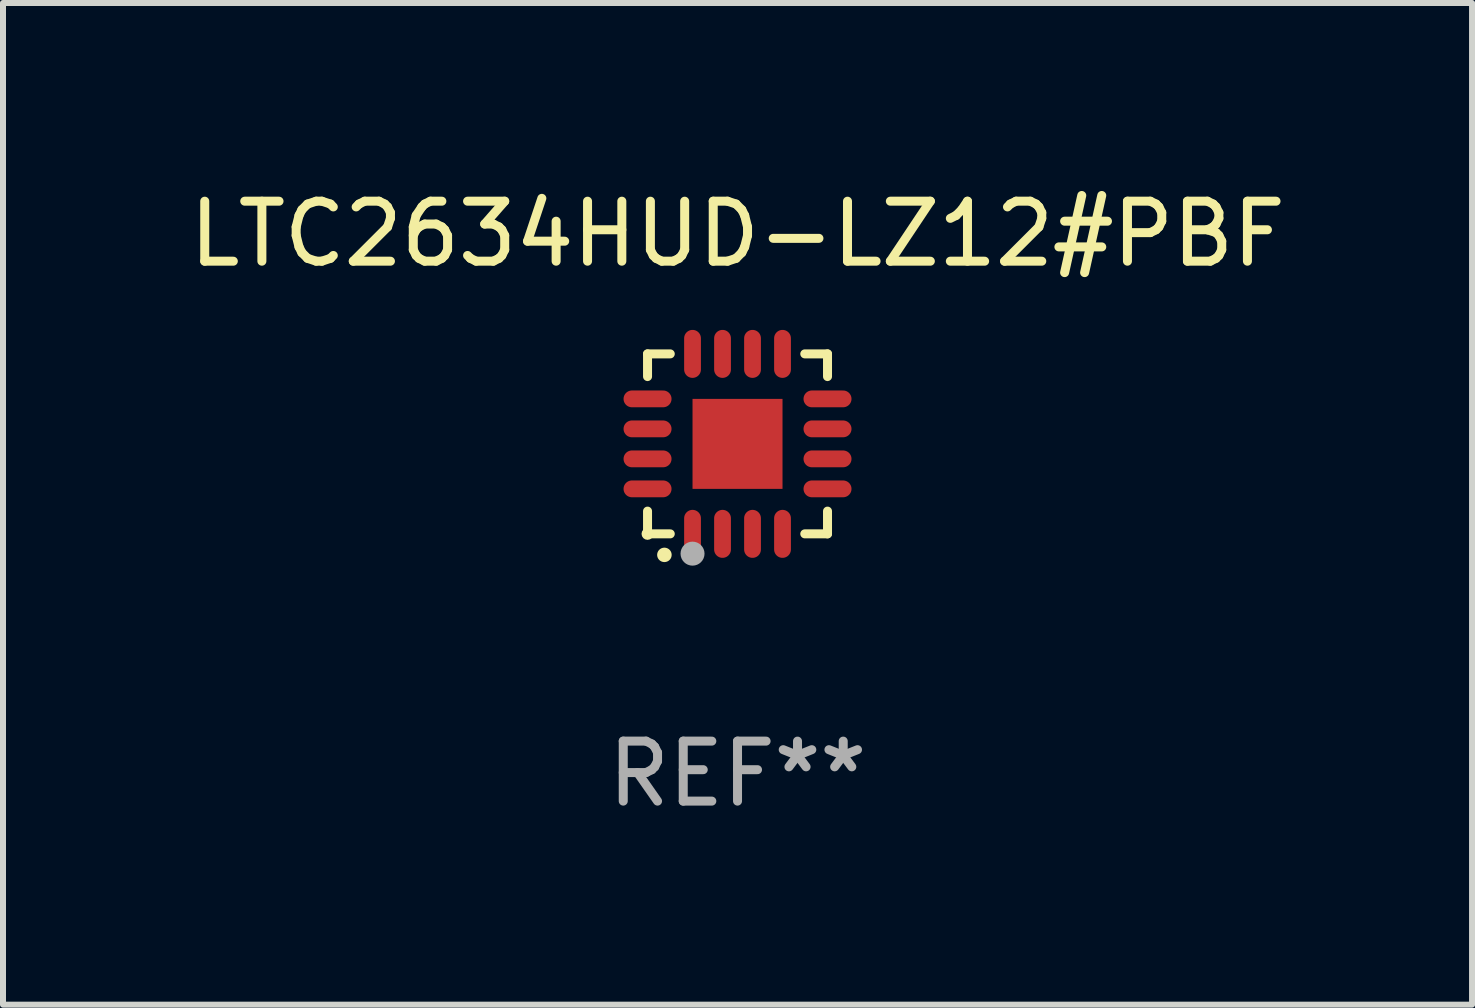
<source format=kicad_pcb>
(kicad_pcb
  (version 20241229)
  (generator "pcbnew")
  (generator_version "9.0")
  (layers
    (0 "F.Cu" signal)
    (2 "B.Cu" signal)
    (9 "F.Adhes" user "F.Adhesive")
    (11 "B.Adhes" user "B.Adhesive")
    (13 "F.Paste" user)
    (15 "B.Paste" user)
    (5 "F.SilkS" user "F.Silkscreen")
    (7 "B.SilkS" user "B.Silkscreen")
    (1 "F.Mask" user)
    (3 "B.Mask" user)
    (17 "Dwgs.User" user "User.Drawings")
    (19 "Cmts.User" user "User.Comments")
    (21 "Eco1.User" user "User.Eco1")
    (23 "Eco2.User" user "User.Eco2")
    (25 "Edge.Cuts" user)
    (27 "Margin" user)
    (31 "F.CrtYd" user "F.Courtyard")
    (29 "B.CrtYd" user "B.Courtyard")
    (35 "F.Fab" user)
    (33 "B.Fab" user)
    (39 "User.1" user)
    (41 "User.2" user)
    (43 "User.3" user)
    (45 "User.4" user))
  (footprint "LTC2634HUD-LZ12#PBF"
    (layer "F.Cu")
    (at 9.244 4.349)
    (property "Reference" "LTC2634HUD-LZ12#PBF" (at 0 -3.5 0) (layer "F.SilkS") (effects (font (size 1 1) (thickness 0.15))))
    (attr through_hole)
    (fp_line (start -1.5 -1.5) (end -1.121 -1.5) (stroke (width 0.15) (type solid)) (layer "F.SilkS"))
    (fp_line (start -1.5 -1.122) (end -1.5 -1.5) (stroke (width 0.15) (type solid)) (layer "F.SilkS"))
    (fp_line (start -1.5 1.5) (end -1.5 1.121) (stroke (width 0.15) (type solid)) (layer "F.SilkS"))
    (fp_line (start -1.121 1.5) (end -1.5 1.5) (stroke (width 0.15) (type solid)) (layer "F.SilkS"))
    (fp_line (start 1.121 -1.5) (end 1.5 -1.5) (stroke (width 0.15) (type solid)) (layer "F.SilkS"))
    (fp_line (start 1.5 -1.5) (end 1.5 -1.122) (stroke (width 0.15) (type solid)) (layer "F.SilkS"))
    (fp_line (start 1.5 1.121) (end 1.5 1.5) (stroke (width 0.15) (type solid)) (layer "F.SilkS"))
    (fp_line (start 1.5 1.5) (end 1.121 1.5) (stroke (width 0.15) (type solid)) (layer "F.SilkS"))
    (fp_arc (start -1.219926 1.850254) (mid -1.21891 1.85025) (end -1.217894 1.850254) (stroke (width 0.240005) (type solid)) (layer "F.SilkS"))
    (fp_circle (center -1.5 1.5) (end -1.45 1.5) (stroke (width 0.1) (type solid)) (fill no) (layer "F.SilkS"))
    (fp_circle (center -0.75 1.83) (end -0.65 1.83) (stroke (width 0.2) (type solid)) (fill no) (layer "F.Fab"))
    (fp_text user "REF**" (at 0 5.5 0) (layer "F.Fab") (effects (font (size 1 1) (thickness 0.15))))
    (pad "1" smd oval (at -0.75 1.5) (size 0.28 0.8) (layers "F.Cu" "F.Mask" "F.Paste"))
    (pad "2" smd oval (at -0.25 1.5) (size 0.28 0.8) (layers "F.Cu" "F.Mask" "F.Paste"))
    (pad "3" smd oval (at 0.25 1.5) (size 0.28 0.8) (layers "F.Cu" "F.Mask" "F.Paste"))
    (pad "4" smd oval (at 0.75 1.5) (size 0.28 0.8) (layers "F.Cu" "F.Mask" "F.Paste"))
    (pad "5" smd oval (at 1.5 0.75) (size 0.8 0.28) (layers "F.Cu" "F.Mask" "F.Paste"))
    (pad "6" smd oval (at 1.5 0.25) (size 0.8 0.28) (layers "F.Cu" "F.Mask" "F.Paste"))
    (pad "7" smd oval (at 1.5 -0.25) (size 0.8 0.28) (layers "F.Cu" "F.Mask" "F.Paste"))
    (pad "8" smd oval (at 1.5 -0.75) (size 0.8 0.28) (layers "F.Cu" "F.Mask" "F.Paste"))
    (pad "9" smd oval (at 0.75 -1.5) (size 0.28 0.8) (layers "F.Cu" "F.Mask" "F.Paste"))
    (pad "10" smd oval (at 0.25 -1.5) (size 0.28 0.8) (layers "F.Cu" "F.Mask" "F.Paste"))
    (pad "11" smd oval (at -0.25 -1.5) (size 0.28 0.8) (layers "F.Cu" "F.Mask" "F.Paste"))
    (pad "12" smd oval (at -0.75 -1.5) (size 0.28 0.8) (layers "F.Cu" "F.Mask" "F.Paste"))
    (pad "13" smd oval (at -1.5 -0.75) (size 0.8 0.28) (layers "F.Cu" "F.Mask" "F.Paste"))
    (pad "14" smd oval (at -1.5 -0.25) (size 0.8 0.28) (layers "F.Cu" "F.Mask" "F.Paste"))
    (pad "15" smd oval (at -1.5 0.25) (size 0.8 0.28) (layers "F.Cu" "F.Mask" "F.Paste"))
    (pad "16" smd oval (at -1.5 0.75) (size 0.8 0.28) (layers "F.Cu" "F.Mask" "F.Paste"))
    (pad "17" smd rect (at -0.000064 0.000165) (size 1.5 1.5) (layers "F.Cu" "F.Mask" "F.Paste")))
  (gr_rect
    (start -3 -3)
    (end 21.488 13.697)
    (stroke (width 0.1) (type default))
    (fill no)
    (layer "Edge.Cuts")))
</source>
